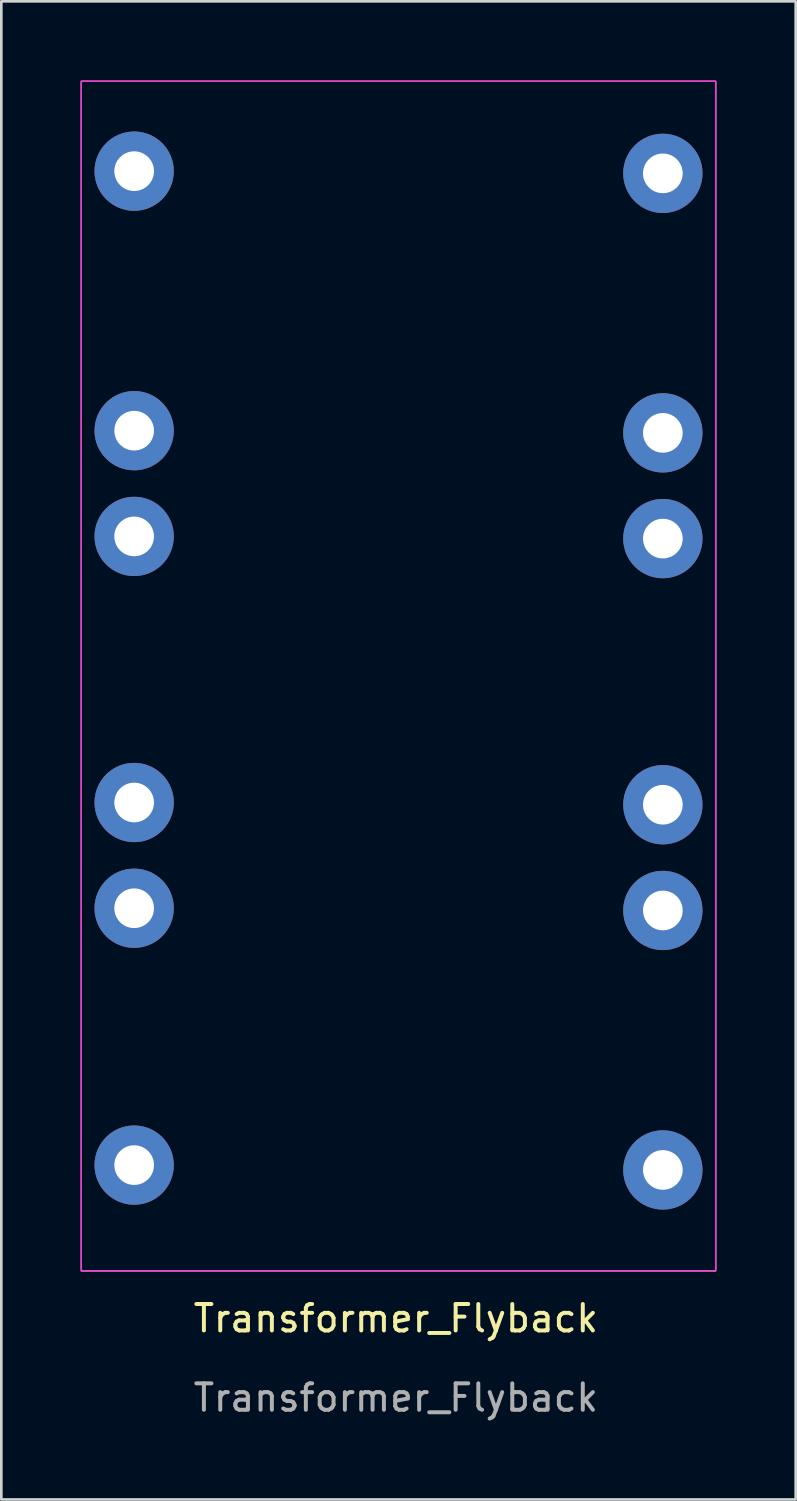
<source format=kicad_pcb>
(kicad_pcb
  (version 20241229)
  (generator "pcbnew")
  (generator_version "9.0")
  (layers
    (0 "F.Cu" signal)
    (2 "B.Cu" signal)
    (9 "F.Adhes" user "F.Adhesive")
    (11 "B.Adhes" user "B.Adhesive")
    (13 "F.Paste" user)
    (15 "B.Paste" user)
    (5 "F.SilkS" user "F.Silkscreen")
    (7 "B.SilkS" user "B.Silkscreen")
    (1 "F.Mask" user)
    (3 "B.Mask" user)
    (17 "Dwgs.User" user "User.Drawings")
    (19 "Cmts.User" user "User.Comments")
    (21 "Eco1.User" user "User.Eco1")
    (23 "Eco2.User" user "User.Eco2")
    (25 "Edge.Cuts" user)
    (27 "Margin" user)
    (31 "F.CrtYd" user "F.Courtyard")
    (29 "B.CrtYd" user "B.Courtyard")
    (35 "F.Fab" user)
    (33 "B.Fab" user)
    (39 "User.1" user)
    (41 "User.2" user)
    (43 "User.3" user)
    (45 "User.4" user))
  (footprint "Transformer_Flyback"
    (layer "F.Cu")
    (at 12.025 22.525)
    (property "Reference" "Transformer_Flyback" (at -0.1 24.3 0) (unlocked yes) (layer "F.SilkS") (effects (font (size 1 1) (thickness 0.15))))
    (attr through_hole)
    (fp_rect (start -12 -22.5) (end 12 22.5) (stroke (width 0.05) (type default)) (fill no) (layer "F.SilkS"))
    (fp_rect (start -12 -22.5) (end 12 22.5) (stroke (width 0.05) (type default)) (fill no) (layer "F.CrtYd"))
    (fp_text user "${REFERENCE}" (at -0.1 27.3 0) (unlocked yes) (layer "F.Fab") (effects (font (size 1 1) (thickness 0.15))))
    (pad "1" thru_hole circle (at -10 18.5) (size 3 3) (drill 1.5) (layers "*.Cu" "*.Mask"))
    (pad "2" thru_hole circle (at -10 4.783) (size 3 3) (drill 1.5) (layers "*.Cu" "*.Mask"))
    (pad "2" thru_hole circle (at -10 8.783) (size 3 3) (drill 1.5) (layers "*.Cu" "*.Mask"))
    (pad "3" thru_hole circle (at -10 -9.283 180) (size 3 3) (drill 1.5) (layers "*.Cu" "*.Mask"))
    (pad "3" thru_hole circle (at -10 -5.283 180) (size 3 3) (drill 1.5) (layers "*.Cu" "*.Mask"))
    (pad "4" thru_hole circle (at -10 -19.1 180) (size 3 3) (drill 1.5) (layers "*.Cu" "*.Mask"))
    (pad "5" thru_hole circle (at 10 -19.017 180) (size 3 3) (drill 1.5) (layers "*.Cu" "*.Mask"))
    (pad "6" thru_hole circle (at 10 -9.2 180) (size 3 3) (drill 1.5) (layers "*.Cu" "*.Mask"))
    (pad "6" thru_hole circle (at 10 -5.2 180) (size 3 3) (drill 1.5) (layers "*.Cu" "*.Mask"))
    (pad "7" thru_hole circle (at 10 4.867) (size 3 3) (drill 1.5) (layers "*.Cu" "*.Mask"))
    (pad "7" thru_hole circle (at 10 8.867) (size 3 3) (drill 1.5) (layers "*.Cu" "*.Mask"))
    (pad "8" thru_hole circle (at 10 18.683) (size 3 3) (drill 1.5) (layers "*.Cu" "*.Mask")))
  (gr_rect
    (start -3 -3)
    (end 27.05 53.673)
    (stroke (width 0.1) (type default))
    (fill no)
    (layer "Edge.Cuts")))
</source>
